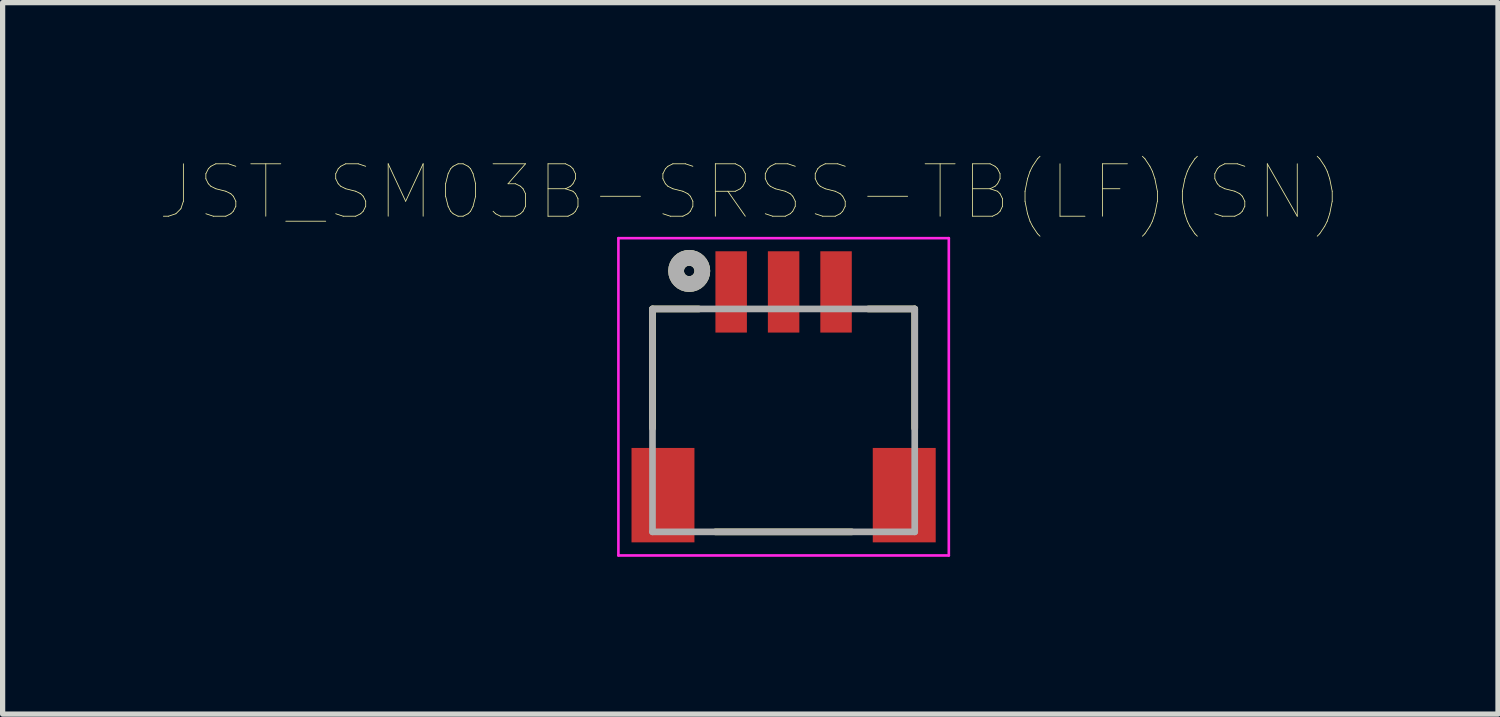
<source format=kicad_pcb>
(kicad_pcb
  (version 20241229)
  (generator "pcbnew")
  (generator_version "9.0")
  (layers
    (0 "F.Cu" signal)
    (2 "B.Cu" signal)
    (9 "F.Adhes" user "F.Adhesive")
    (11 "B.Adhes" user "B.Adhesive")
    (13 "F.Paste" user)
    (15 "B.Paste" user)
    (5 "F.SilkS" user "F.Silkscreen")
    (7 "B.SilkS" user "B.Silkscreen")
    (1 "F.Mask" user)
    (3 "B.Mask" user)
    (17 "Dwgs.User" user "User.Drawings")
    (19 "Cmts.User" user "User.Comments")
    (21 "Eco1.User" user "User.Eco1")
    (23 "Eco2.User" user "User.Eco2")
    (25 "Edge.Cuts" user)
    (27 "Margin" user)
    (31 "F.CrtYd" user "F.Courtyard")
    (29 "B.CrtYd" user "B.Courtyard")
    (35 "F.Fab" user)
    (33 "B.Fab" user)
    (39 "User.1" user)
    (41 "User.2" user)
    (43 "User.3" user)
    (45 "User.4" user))
  (footprint "JST_SM03B-SRSS-TB(LF)(SN)"
    (layer "F.Cu")
    (at 11.891 2.516)
    (property "Reference" "JST_SM03B-SRSS-TB(LF)(SN)" (at -0.635 -1.905 0) (layer "F.SilkS") (effects (font (size 1 1) (thickness 0.015))))
    (attr through_hole)
    (fp_line (start -2.5 0.325) (end -2.5 2.6) (stroke (width 0.127) (type solid)) (layer "F.SilkS"))
    (fp_line (start -1.615 0.325) (end -2.5 0.325) (stroke (width 0.127) (type solid)) (layer "F.SilkS"))
    (fp_line (start -1.3 4.575) (end 1.3 4.575) (stroke (width 0.127) (type solid)) (layer "F.SilkS"))
    (fp_line (start 2.5 0.325) (end 1.615 0.325) (stroke (width 0.127) (type solid)) (layer "F.SilkS"))
    (fp_line (start 2.5 2.6) (end 2.5 0.325) (stroke (width 0.127) (type solid)) (layer "F.SilkS"))
    (fp_circle (center -1.8 -0.4) (end -1.7 -0.4) (stroke (width 0.3) (type solid)) (fill no) (layer "F.SilkS"))
    (fp_line (start -3.15 -1.025) (end 3.15 -1.025) (stroke (width 0.05) (type solid)) (layer "F.CrtYd"))
    (fp_line (start -3.15 5.025) (end -3.15 -1.025) (stroke (width 0.05) (type solid)) (layer "F.CrtYd"))
    (fp_line (start 3.15 -1.025) (end 3.15 5.025) (stroke (width 0.05) (type solid)) (layer "F.CrtYd"))
    (fp_line (start 3.15 5.025) (end -3.15 5.025) (stroke (width 0.05) (type solid)) (layer "F.CrtYd"))
    (fp_line (start -2.5 0.325) (end 2.5 0.325) (stroke (width 0.127) (type solid)) (layer "F.Fab"))
    (fp_line (start -2.5 4.575) (end -2.5 0.325) (stroke (width 0.127) (type solid)) (layer "F.Fab"))
    (fp_line (start 2.5 0.325) (end 2.5 4.575) (stroke (width 0.127) (type solid)) (layer "F.Fab"))
    (fp_line (start 2.5 4.575) (end -2.5 4.575) (stroke (width 0.127) (type solid)) (layer "F.Fab"))
    (fp_circle (center -1.8 -0.4) (end -1.7 -0.4) (stroke (width 0.3) (type solid)) (fill no) (layer "F.Fab"))
    (pad "1" smd rect (at -1 0) (size 0.6 1.55) (layers "F.Cu" "F.Mask" "F.Paste"))
    (pad "2" smd rect (at 0 0) (size 0.6 1.55) (layers "F.Cu" "F.Mask" "F.Paste"))
    (pad "3" smd rect (at 1 0) (size 0.6 1.55) (layers "F.Cu" "F.Mask" "F.Paste"))
    (pad "S1" smd rect (at -2.3 3.875) (size 1.2 1.8) (layers "F.Cu" "F.Mask" "F.Paste"))
    (pad "S2" smd rect (at 2.3 3.875) (size 1.2 1.8) (layers "F.Cu" "F.Mask" "F.Paste")))
  (gr_rect
    (start -3 -3)
    (end 25.512 10.566)
    (stroke (width 0.1) (type default))
    (fill no)
    (layer "Edge.Cuts")))
</source>
